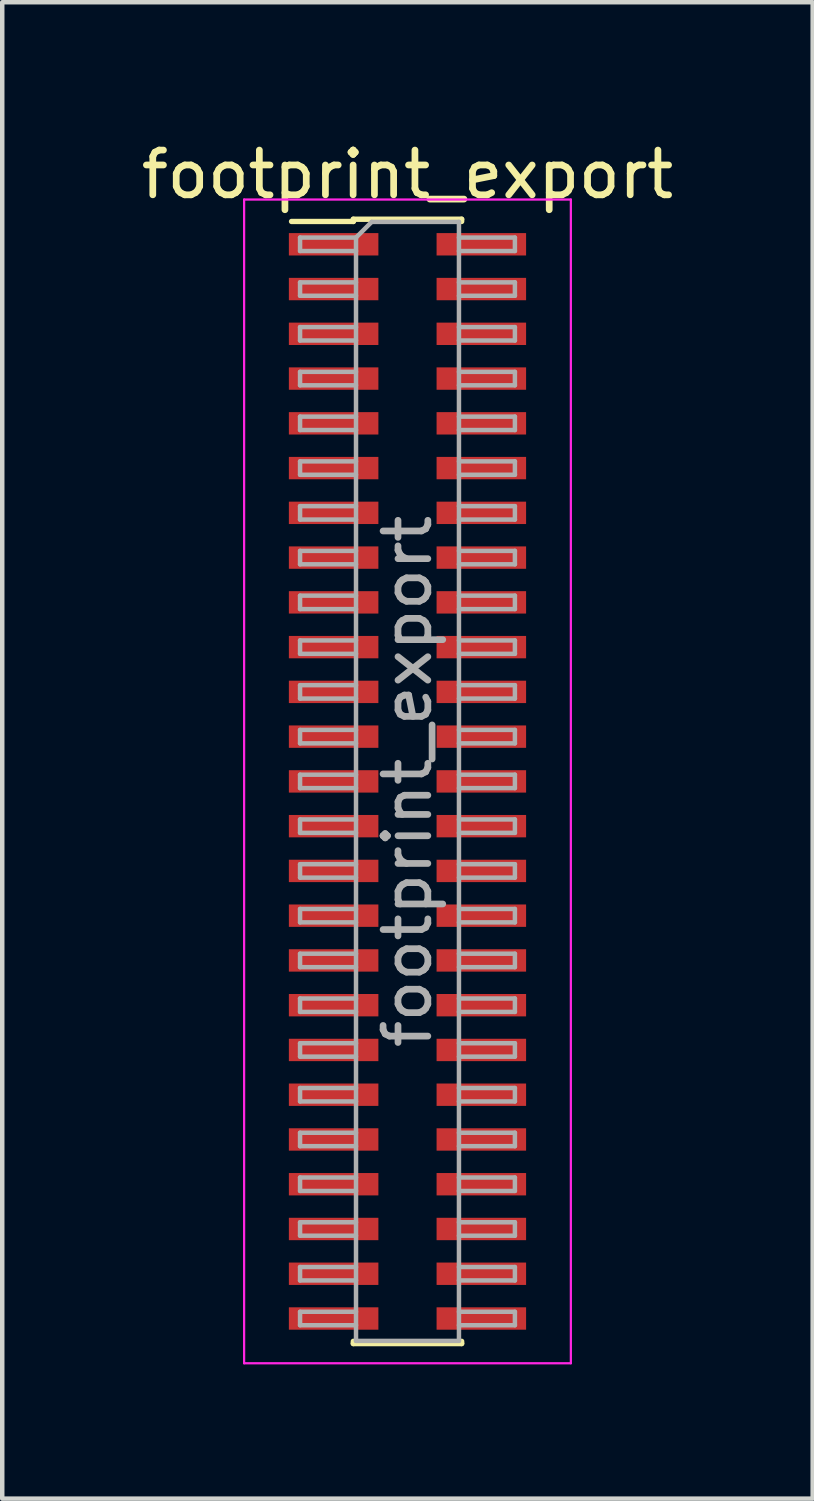
<source format=kicad_pcb>
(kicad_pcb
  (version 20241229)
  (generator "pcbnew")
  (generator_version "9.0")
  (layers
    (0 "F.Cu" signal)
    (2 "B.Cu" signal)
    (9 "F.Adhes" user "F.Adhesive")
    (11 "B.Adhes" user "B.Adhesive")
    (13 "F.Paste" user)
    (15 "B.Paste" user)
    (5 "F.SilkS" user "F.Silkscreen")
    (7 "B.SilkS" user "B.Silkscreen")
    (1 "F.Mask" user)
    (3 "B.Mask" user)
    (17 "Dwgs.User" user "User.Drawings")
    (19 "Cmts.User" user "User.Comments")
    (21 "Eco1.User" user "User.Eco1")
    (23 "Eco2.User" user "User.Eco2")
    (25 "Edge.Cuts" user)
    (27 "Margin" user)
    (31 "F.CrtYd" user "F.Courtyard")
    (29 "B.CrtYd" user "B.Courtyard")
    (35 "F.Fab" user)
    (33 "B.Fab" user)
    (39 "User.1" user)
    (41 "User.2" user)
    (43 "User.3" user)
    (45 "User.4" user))
  (footprint "footprint_export"
    (layer "F.Cu")
    (at 6.054 14.408)
    (property "Reference" "footprint_export" (at 0 -13.56 0) (layer "F.SilkS") (effects (font (size 1 1) (thickness 0.15))))
    (attr smd)
    (fp_line (start -2.59 -12.51) (end -1.21 -12.51) (stroke (width 0.12) (type solid)) (layer "F.SilkS"))
    (fp_line (start -1.21 -12.56) (end -1.21 -12.51) (stroke (width 0.12) (type solid)) (layer "F.SilkS"))
    (fp_line (start -1.21 -12.56) (end 1.21 -12.56) (stroke (width 0.12) (type solid)) (layer "F.SilkS"))
    (fp_line (start -1.21 12.51) (end -1.21 12.56) (stroke (width 0.12) (type solid)) (layer "F.SilkS"))
    (fp_line (start -1.21 12.56) (end 1.21 12.56) (stroke (width 0.12) (type solid)) (layer "F.SilkS"))
    (fp_line (start 1.21 -12.56) (end 1.21 -12.51) (stroke (width 0.12) (type solid)) (layer "F.SilkS"))
    (fp_line (start 1.21 12.51) (end 1.21 12.56) (stroke (width 0.12) (type solid)) (layer "F.SilkS"))
    (fp_line (start -3.65 -13) (end -3.65 13) (stroke (width 0.05) (type solid)) (layer "F.CrtYd"))
    (fp_line (start -3.65 13) (end 3.65 13) (stroke (width 0.05) (type solid)) (layer "F.CrtYd"))
    (fp_line (start 3.65 -13) (end -3.65 -13) (stroke (width 0.05) (type solid)) (layer "F.CrtYd"))
    (fp_line (start 3.65 13) (end 3.65 -13) (stroke (width 0.05) (type solid)) (layer "F.CrtYd"))
    (fp_line (start -2.4 -12.15) (end -2.4 -11.85) (stroke (width 0.1) (type solid)) (layer "F.Fab"))
    (fp_line (start -2.4 -11.85) (end -1.15 -11.85) (stroke (width 0.1) (type solid)) (layer "F.Fab"))
    (fp_line (start -2.4 -11.15) (end -2.4 -10.85) (stroke (width 0.1) (type solid)) (layer "F.Fab"))
    (fp_line (start -2.4 -10.85) (end -1.15 -10.85) (stroke (width 0.1) (type solid)) (layer "F.Fab"))
    (fp_line (start -2.4 -10.15) (end -2.4 -9.85) (stroke (width 0.1) (type solid)) (layer "F.Fab"))
    (fp_line (start -2.4 -9.85) (end -1.15 -9.85) (stroke (width 0.1) (type solid)) (layer "F.Fab"))
    (fp_line (start -2.4 -9.15) (end -2.4 -8.85) (stroke (width 0.1) (type solid)) (layer "F.Fab"))
    (fp_line (start -2.4 -8.85) (end -1.15 -8.85) (stroke (width 0.1) (type solid)) (layer "F.Fab"))
    (fp_line (start -2.4 -8.15) (end -2.4 -7.85) (stroke (width 0.1) (type solid)) (layer "F.Fab"))
    (fp_line (start -2.4 -7.85) (end -1.15 -7.85) (stroke (width 0.1) (type solid)) (layer "F.Fab"))
    (fp_line (start -2.4 -7.15) (end -2.4 -6.85) (stroke (width 0.1) (type solid)) (layer "F.Fab"))
    (fp_line (start -2.4 -6.85) (end -1.15 -6.85) (stroke (width 0.1) (type solid)) (layer "F.Fab"))
    (fp_line (start -2.4 -6.15) (end -2.4 -5.85) (stroke (width 0.1) (type solid)) (layer "F.Fab"))
    (fp_line (start -2.4 -5.85) (end -1.15 -5.85) (stroke (width 0.1) (type solid)) (layer "F.Fab"))
    (fp_line (start -2.4 -5.15) (end -2.4 -4.85) (stroke (width 0.1) (type solid)) (layer "F.Fab"))
    (fp_line (start -2.4 -4.85) (end -1.15 -4.85) (stroke (width 0.1) (type solid)) (layer "F.Fab"))
    (fp_line (start -2.4 -4.15) (end -2.4 -3.85) (stroke (width 0.1) (type solid)) (layer "F.Fab"))
    (fp_line (start -2.4 -3.85) (end -1.15 -3.85) (stroke (width 0.1) (type solid)) (layer "F.Fab"))
    (fp_line (start -2.4 -3.15) (end -2.4 -2.85) (stroke (width 0.1) (type solid)) (layer "F.Fab"))
    (fp_line (start -2.4 -2.85) (end -1.15 -2.85) (stroke (width 0.1) (type solid)) (layer "F.Fab"))
    (fp_line (start -2.4 -2.15) (end -2.4 -1.85) (stroke (width 0.1) (type solid)) (layer "F.Fab"))
    (fp_line (start -2.4 -1.85) (end -1.15 -1.85) (stroke (width 0.1) (type solid)) (layer "F.Fab"))
    (fp_line (start -2.4 -1.15) (end -2.4 -0.85) (stroke (width 0.1) (type solid)) (layer "F.Fab"))
    (fp_line (start -2.4 -0.85) (end -1.15 -0.85) (stroke (width 0.1) (type solid)) (layer "F.Fab"))
    (fp_line (start -2.4 -0.15) (end -2.4 0.15) (stroke (width 0.1) (type solid)) (layer "F.Fab"))
    (fp_line (start -2.4 0.15) (end -1.15 0.15) (stroke (width 0.1) (type solid)) (layer "F.Fab"))
    (fp_line (start -2.4 0.85) (end -2.4 1.15) (stroke (width 0.1) (type solid)) (layer "F.Fab"))
    (fp_line (start -2.4 1.15) (end -1.15 1.15) (stroke (width 0.1) (type solid)) (layer "F.Fab"))
    (fp_line (start -2.4 1.85) (end -2.4 2.15) (stroke (width 0.1) (type solid)) (layer "F.Fab"))
    (fp_line (start -2.4 2.15) (end -1.15 2.15) (stroke (width 0.1) (type solid)) (layer "F.Fab"))
    (fp_line (start -2.4 2.85) (end -2.4 3.15) (stroke (width 0.1) (type solid)) (layer "F.Fab"))
    (fp_line (start -2.4 3.15) (end -1.15 3.15) (stroke (width 0.1) (type solid)) (layer "F.Fab"))
    (fp_line (start -2.4 3.85) (end -2.4 4.15) (stroke (width 0.1) (type solid)) (layer "F.Fab"))
    (fp_line (start -2.4 4.15) (end -1.15 4.15) (stroke (width 0.1) (type solid)) (layer "F.Fab"))
    (fp_line (start -2.4 4.85) (end -2.4 5.15) (stroke (width 0.1) (type solid)) (layer "F.Fab"))
    (fp_line (start -2.4 5.15) (end -1.15 5.15) (stroke (width 0.1) (type solid)) (layer "F.Fab"))
    (fp_line (start -2.4 5.85) (end -2.4 6.15) (stroke (width 0.1) (type solid)) (layer "F.Fab"))
    (fp_line (start -2.4 6.15) (end -1.15 6.15) (stroke (width 0.1) (type solid)) (layer "F.Fab"))
    (fp_line (start -2.4 6.85) (end -2.4 7.15) (stroke (width 0.1) (type solid)) (layer "F.Fab"))
    (fp_line (start -2.4 7.15) (end -1.15 7.15) (stroke (width 0.1) (type solid)) (layer "F.Fab"))
    (fp_line (start -2.4 7.85) (end -2.4 8.15) (stroke (width 0.1) (type solid)) (layer "F.Fab"))
    (fp_line (start -2.4 8.15) (end -1.15 8.15) (stroke (width 0.1) (type solid)) (layer "F.Fab"))
    (fp_line (start -2.4 8.85) (end -2.4 9.15) (stroke (width 0.1) (type solid)) (layer "F.Fab"))
    (fp_line (start -2.4 9.15) (end -1.15 9.15) (stroke (width 0.1) (type solid)) (layer "F.Fab"))
    (fp_line (start -2.4 9.85) (end -2.4 10.15) (stroke (width 0.1) (type solid)) (layer "F.Fab"))
    (fp_line (start -2.4 10.15) (end -1.15 10.15) (stroke (width 0.1) (type solid)) (layer "F.Fab"))
    (fp_line (start -2.4 10.85) (end -2.4 11.15) (stroke (width 0.1) (type solid)) (layer "F.Fab"))
    (fp_line (start -2.4 11.15) (end -1.15 11.15) (stroke (width 0.1) (type solid)) (layer "F.Fab"))
    (fp_line (start -2.4 11.85) (end -2.4 12.15) (stroke (width 0.1) (type solid)) (layer "F.Fab"))
    (fp_line (start -2.4 12.15) (end -1.15 12.15) (stroke (width 0.1) (type solid)) (layer "F.Fab"))
    (fp_line (start -1.15 -12.15) (end -2.4 -12.15) (stroke (width 0.1) (type solid)) (layer "F.Fab"))
    (fp_line (start -1.15 -12.15) (end -0.8 -12.5) (stroke (width 0.1) (type solid)) (layer "F.Fab"))
    (fp_line (start -1.15 -11.15) (end -2.4 -11.15) (stroke (width 0.1) (type solid)) (layer "F.Fab"))
    (fp_line (start -1.15 -10.15) (end -2.4 -10.15) (stroke (width 0.1) (type solid)) (layer "F.Fab"))
    (fp_line (start -1.15 -9.15) (end -2.4 -9.15) (stroke (width 0.1) (type solid)) (layer "F.Fab"))
    (fp_line (start -1.15 -8.15) (end -2.4 -8.15) (stroke (width 0.1) (type solid)) (layer "F.Fab"))
    (fp_line (start -1.15 -7.15) (end -2.4 -7.15) (stroke (width 0.1) (type solid)) (layer "F.Fab"))
    (fp_line (start -1.15 -6.15) (end -2.4 -6.15) (stroke (width 0.1) (type solid)) (layer "F.Fab"))
    (fp_line (start -1.15 -5.15) (end -2.4 -5.15) (stroke (width 0.1) (type solid)) (layer "F.Fab"))
    (fp_line (start -1.15 -4.15) (end -2.4 -4.15) (stroke (width 0.1) (type solid)) (layer "F.Fab"))
    (fp_line (start -1.15 -3.15) (end -2.4 -3.15) (stroke (width 0.1) (type solid)) (layer "F.Fab"))
    (fp_line (start -1.15 -2.15) (end -2.4 -2.15) (stroke (width 0.1) (type solid)) (layer "F.Fab"))
    (fp_line (start -1.15 -1.15) (end -2.4 -1.15) (stroke (width 0.1) (type solid)) (layer "F.Fab"))
    (fp_line (start -1.15 -0.15) (end -2.4 -0.15) (stroke (width 0.1) (type solid)) (layer "F.Fab"))
    (fp_line (start -1.15 0.85) (end -2.4 0.85) (stroke (width 0.1) (type solid)) (layer "F.Fab"))
    (fp_line (start -1.15 1.85) (end -2.4 1.85) (stroke (width 0.1) (type solid)) (layer "F.Fab"))
    (fp_line (start -1.15 2.85) (end -2.4 2.85) (stroke (width 0.1) (type solid)) (layer "F.Fab"))
    (fp_line (start -1.15 3.85) (end -2.4 3.85) (stroke (width 0.1) (type solid)) (layer "F.Fab"))
    (fp_line (start -1.15 4.85) (end -2.4 4.85) (stroke (width 0.1) (type solid)) (layer "F.Fab"))
    (fp_line (start -1.15 5.85) (end -2.4 5.85) (stroke (width 0.1) (type solid)) (layer "F.Fab"))
    (fp_line (start -1.15 6.85) (end -2.4 6.85) (stroke (width 0.1) (type solid)) (layer "F.Fab"))
    (fp_line (start -1.15 7.85) (end -2.4 7.85) (stroke (width 0.1) (type solid)) (layer "F.Fab"))
    (fp_line (start -1.15 8.85) (end -2.4 8.85) (stroke (width 0.1) (type solid)) (layer "F.Fab"))
    (fp_line (start -1.15 9.85) (end -2.4 9.85) (stroke (width 0.1) (type solid)) (layer "F.Fab"))
    (fp_line (start -1.15 10.85) (end -2.4 10.85) (stroke (width 0.1) (type solid)) (layer "F.Fab"))
    (fp_line (start -1.15 11.85) (end -2.4 11.85) (stroke (width 0.1) (type solid)) (layer "F.Fab"))
    (fp_line (start -1.15 12.5) (end -1.15 -12.15) (stroke (width 0.1) (type solid)) (layer "F.Fab"))
    (fp_line (start -0.8 -12.5) (end 1.15 -12.5) (stroke (width 0.1) (type solid)) (layer "F.Fab"))
    (fp_line (start 1.15 -12.5) (end 1.15 12.5) (stroke (width 0.1) (type solid)) (layer "F.Fab"))
    (fp_line (start 1.15 -12.15) (end 2.4 -12.15) (stroke (width 0.1) (type solid)) (layer "F.Fab"))
    (fp_line (start 1.15 -11.15) (end 2.4 -11.15) (stroke (width 0.1) (type solid)) (layer "F.Fab"))
    (fp_line (start 1.15 -10.15) (end 2.4 -10.15) (stroke (width 0.1) (type solid)) (layer "F.Fab"))
    (fp_line (start 1.15 -9.15) (end 2.4 -9.15) (stroke (width 0.1) (type solid)) (layer "F.Fab"))
    (fp_line (start 1.15 -8.15) (end 2.4 -8.15) (stroke (width 0.1) (type solid)) (layer "F.Fab"))
    (fp_line (start 1.15 -7.15) (end 2.4 -7.15) (stroke (width 0.1) (type solid)) (layer "F.Fab"))
    (fp_line (start 1.15 -6.15) (end 2.4 -6.15) (stroke (width 0.1) (type solid)) (layer "F.Fab"))
    (fp_line (start 1.15 -5.15) (end 2.4 -5.15) (stroke (width 0.1) (type solid)) (layer "F.Fab"))
    (fp_line (start 1.15 -4.15) (end 2.4 -4.15) (stroke (width 0.1) (type solid)) (layer "F.Fab"))
    (fp_line (start 1.15 -3.15) (end 2.4 -3.15) (stroke (width 0.1) (type solid)) (layer "F.Fab"))
    (fp_line (start 1.15 -2.15) (end 2.4 -2.15) (stroke (width 0.1) (type solid)) (layer "F.Fab"))
    (fp_line (start 1.15 -1.15) (end 2.4 -1.15) (stroke (width 0.1) (type solid)) (layer "F.Fab"))
    (fp_line (start 1.15 -0.15) (end 2.4 -0.15) (stroke (width 0.1) (type solid)) (layer "F.Fab"))
    (fp_line (start 1.15 0.85) (end 2.4 0.85) (stroke (width 0.1) (type solid)) (layer "F.Fab"))
    (fp_line (start 1.15 1.85) (end 2.4 1.85) (stroke (width 0.1) (type solid)) (layer "F.Fab"))
    (fp_line (start 1.15 2.85) (end 2.4 2.85) (stroke (width 0.1) (type solid)) (layer "F.Fab"))
    (fp_line (start 1.15 3.85) (end 2.4 3.85) (stroke (width 0.1) (type solid)) (layer "F.Fab"))
    (fp_line (start 1.15 4.85) (end 2.4 4.85) (stroke (width 0.1) (type solid)) (layer "F.Fab"))
    (fp_line (start 1.15 5.85) (end 2.4 5.85) (stroke (width 0.1) (type solid)) (layer "F.Fab"))
    (fp_line (start 1.15 6.85) (end 2.4 6.85) (stroke (width 0.1) (type solid)) (layer "F.Fab"))
    (fp_line (start 1.15 7.85) (end 2.4 7.85) (stroke (width 0.1) (type solid)) (layer "F.Fab"))
    (fp_line (start 1.15 8.85) (end 2.4 8.85) (stroke (width 0.1) (type solid)) (layer "F.Fab"))
    (fp_line (start 1.15 9.85) (end 2.4 9.85) (stroke (width 0.1) (type solid)) (layer "F.Fab"))
    (fp_line (start 1.15 10.85) (end 2.4 10.85) (stroke (width 0.1) (type solid)) (layer "F.Fab"))
    (fp_line (start 1.15 11.85) (end 2.4 11.85) (stroke (width 0.1) (type solid)) (layer "F.Fab"))
    (fp_line (start 1.15 12.5) (end -1.15 12.5) (stroke (width 0.1) (type solid)) (layer "F.Fab"))
    (fp_line (start 2.4 -12.15) (end 2.4 -11.85) (stroke (width 0.1) (type solid)) (layer "F.Fab"))
    (fp_line (start 2.4 -11.85) (end 1.15 -11.85) (stroke (width 0.1) (type solid)) (layer "F.Fab"))
    (fp_line (start 2.4 -11.15) (end 2.4 -10.85) (stroke (width 0.1) (type solid)) (layer "F.Fab"))
    (fp_line (start 2.4 -10.85) (end 1.15 -10.85) (stroke (width 0.1) (type solid)) (layer "F.Fab"))
    (fp_line (start 2.4 -10.15) (end 2.4 -9.85) (stroke (width 0.1) (type solid)) (layer "F.Fab"))
    (fp_line (start 2.4 -9.85) (end 1.15 -9.85) (stroke (width 0.1) (type solid)) (layer "F.Fab"))
    (fp_line (start 2.4 -9.15) (end 2.4 -8.85) (stroke (width 0.1) (type solid)) (layer "F.Fab"))
    (fp_line (start 2.4 -8.85) (end 1.15 -8.85) (stroke (width 0.1) (type solid)) (layer "F.Fab"))
    (fp_line (start 2.4 -8.15) (end 2.4 -7.85) (stroke (width 0.1) (type solid)) (layer "F.Fab"))
    (fp_line (start 2.4 -7.85) (end 1.15 -7.85) (stroke (width 0.1) (type solid)) (layer "F.Fab"))
    (fp_line (start 2.4 -7.15) (end 2.4 -6.85) (stroke (width 0.1) (type solid)) (layer "F.Fab"))
    (fp_line (start 2.4 -6.85) (end 1.15 -6.85) (stroke (width 0.1) (type solid)) (layer "F.Fab"))
    (fp_line (start 2.4 -6.15) (end 2.4 -5.85) (stroke (width 0.1) (type solid)) (layer "F.Fab"))
    (fp_line (start 2.4 -5.85) (end 1.15 -5.85) (stroke (width 0.1) (type solid)) (layer "F.Fab"))
    (fp_line (start 2.4 -5.15) (end 2.4 -4.85) (stroke (width 0.1) (type solid)) (layer "F.Fab"))
    (fp_line (start 2.4 -4.85) (end 1.15 -4.85) (stroke (width 0.1) (type solid)) (layer "F.Fab"))
    (fp_line (start 2.4 -4.15) (end 2.4 -3.85) (stroke (width 0.1) (type solid)) (layer "F.Fab"))
    (fp_line (start 2.4 -3.85) (end 1.15 -3.85) (stroke (width 0.1) (type solid)) (layer "F.Fab"))
    (fp_line (start 2.4 -3.15) (end 2.4 -2.85) (stroke (width 0.1) (type solid)) (layer "F.Fab"))
    (fp_line (start 2.4 -2.85) (end 1.15 -2.85) (stroke (width 0.1) (type solid)) (layer "F.Fab"))
    (fp_line (start 2.4 -2.15) (end 2.4 -1.85) (stroke (width 0.1) (type solid)) (layer "F.Fab"))
    (fp_line (start 2.4 -1.85) (end 1.15 -1.85) (stroke (width 0.1) (type solid)) (layer "F.Fab"))
    (fp_line (start 2.4 -1.15) (end 2.4 -0.85) (stroke (width 0.1) (type solid)) (layer "F.Fab"))
    (fp_line (start 2.4 -0.85) (end 1.15 -0.85) (stroke (width 0.1) (type solid)) (layer "F.Fab"))
    (fp_line (start 2.4 -0.15) (end 2.4 0.15) (stroke (width 0.1) (type solid)) (layer "F.Fab"))
    (fp_line (start 2.4 0.15) (end 1.15 0.15) (stroke (width 0.1) (type solid)) (layer "F.Fab"))
    (fp_line (start 2.4 0.85) (end 2.4 1.15) (stroke (width 0.1) (type solid)) (layer "F.Fab"))
    (fp_line (start 2.4 1.15) (end 1.15 1.15) (stroke (width 0.1) (type solid)) (layer "F.Fab"))
    (fp_line (start 2.4 1.85) (end 2.4 2.15) (stroke (width 0.1) (type solid)) (layer "F.Fab"))
    (fp_line (start 2.4 2.15) (end 1.15 2.15) (stroke (width 0.1) (type solid)) (layer "F.Fab"))
    (fp_line (start 2.4 2.85) (end 2.4 3.15) (stroke (width 0.1) (type solid)) (layer "F.Fab"))
    (fp_line (start 2.4 3.15) (end 1.15 3.15) (stroke (width 0.1) (type solid)) (layer "F.Fab"))
    (fp_line (start 2.4 3.85) (end 2.4 4.15) (stroke (width 0.1) (type solid)) (layer "F.Fab"))
    (fp_line (start 2.4 4.15) (end 1.15 4.15) (stroke (width 0.1) (type solid)) (layer "F.Fab"))
    (fp_line (start 2.4 4.85) (end 2.4 5.15) (stroke (width 0.1) (type solid)) (layer "F.Fab"))
    (fp_line (start 2.4 5.15) (end 1.15 5.15) (stroke (width 0.1) (type solid)) (layer "F.Fab"))
    (fp_line (start 2.4 5.85) (end 2.4 6.15) (stroke (width 0.1) (type solid)) (layer "F.Fab"))
    (fp_line (start 2.4 6.15) (end 1.15 6.15) (stroke (width 0.1) (type solid)) (layer "F.Fab"))
    (fp_line (start 2.4 6.85) (end 2.4 7.15) (stroke (width 0.1) (type solid)) (layer "F.Fab"))
    (fp_line (start 2.4 7.15) (end 1.15 7.15) (stroke (width 0.1) (type solid)) (layer "F.Fab"))
    (fp_line (start 2.4 7.85) (end 2.4 8.15) (stroke (width 0.1) (type solid)) (layer "F.Fab"))
    (fp_line (start 2.4 8.15) (end 1.15 8.15) (stroke (width 0.1) (type solid)) (layer "F.Fab"))
    (fp_line (start 2.4 8.85) (end 2.4 9.15) (stroke (width 0.1) (type solid)) (layer "F.Fab"))
    (fp_line (start 2.4 9.15) (end 1.15 9.15) (stroke (width 0.1) (type solid)) (layer "F.Fab"))
    (fp_line (start 2.4 9.85) (end 2.4 10.15) (stroke (width 0.1) (type solid)) (layer "F.Fab"))
    (fp_line (start 2.4 10.15) (end 1.15 10.15) (stroke (width 0.1) (type solid)) (layer "F.Fab"))
    (fp_line (start 2.4 10.85) (end 2.4 11.15) (stroke (width 0.1) (type solid)) (layer "F.Fab"))
    (fp_line (start 2.4 11.15) (end 1.15 11.15) (stroke (width 0.1) (type solid)) (layer "F.Fab"))
    (fp_line (start 2.4 11.85) (end 2.4 12.15) (stroke (width 0.1) (type solid)) (layer "F.Fab"))
    (fp_line (start 2.4 12.15) (end 1.15 12.15) (stroke (width 0.1) (type solid)) (layer "F.Fab"))
    (fp_text user "${REFERENCE}" (at 0 0 90) (layer "F.Fab") (effects (font (size 1 1) (thickness 0.15))))
    (pad "1" smd rect (at -1.65 -12) (size 2 0.5) (layers "F.Cu" "F.Mask" "F.Paste"))
    (pad "2" smd rect (at 1.65 -12) (size 2 0.5) (layers "F.Cu" "F.Mask" "F.Paste"))
    (pad "3" smd rect (at -1.65 -11) (size 2 0.5) (layers "F.Cu" "F.Mask" "F.Paste"))
    (pad "4" smd rect (at 1.65 -11) (size 2 0.5) (layers "F.Cu" "F.Mask" "F.Paste"))
    (pad "5" smd rect (at -1.65 -10) (size 2 0.5) (layers "F.Cu" "F.Mask" "F.Paste"))
    (pad "6" smd rect (at 1.65 -10) (size 2 0.5) (layers "F.Cu" "F.Mask" "F.Paste"))
    (pad "7" smd rect (at -1.65 -9) (size 2 0.5) (layers "F.Cu" "F.Mask" "F.Paste"))
    (pad "8" smd rect (at 1.65 -9) (size 2 0.5) (layers "F.Cu" "F.Mask" "F.Paste"))
    (pad "9" smd rect (at -1.65 -8) (size 2 0.5) (layers "F.Cu" "F.Mask" "F.Paste"))
    (pad "10" smd rect (at 1.65 -8) (size 2 0.5) (layers "F.Cu" "F.Mask" "F.Paste"))
    (pad "11" smd rect (at -1.65 -7) (size 2 0.5) (layers "F.Cu" "F.Mask" "F.Paste"))
    (pad "12" smd rect (at 1.65 -7) (size 2 0.5) (layers "F.Cu" "F.Mask" "F.Paste"))
    (pad "13" smd rect (at -1.65 -6) (size 2 0.5) (layers "F.Cu" "F.Mask" "F.Paste"))
    (pad "14" smd rect (at 1.65 -6) (size 2 0.5) (layers "F.Cu" "F.Mask" "F.Paste"))
    (pad "15" smd rect (at -1.65 -5) (size 2 0.5) (layers "F.Cu" "F.Mask" "F.Paste"))
    (pad "16" smd rect (at 1.65 -5) (size 2 0.5) (layers "F.Cu" "F.Mask" "F.Paste"))
    (pad "17" smd rect (at -1.65 -4) (size 2 0.5) (layers "F.Cu" "F.Mask" "F.Paste"))
    (pad "18" smd rect (at 1.65 -4) (size 2 0.5) (layers "F.Cu" "F.Mask" "F.Paste"))
    (pad "19" smd rect (at -1.65 -3) (size 2 0.5) (layers "F.Cu" "F.Mask" "F.Paste"))
    (pad "20" smd rect (at 1.65 -3) (size 2 0.5) (layers "F.Cu" "F.Mask" "F.Paste"))
    (pad "21" smd rect (at -1.65 -2) (size 2 0.5) (layers "F.Cu" "F.Mask" "F.Paste"))
    (pad "22" smd rect (at 1.65 -2) (size 2 0.5) (layers "F.Cu" "F.Mask" "F.Paste"))
    (pad "23" smd rect (at -1.65 -1) (size 2 0.5) (layers "F.Cu" "F.Mask" "F.Paste"))
    (pad "24" smd rect (at 1.65 -1) (size 2 0.5) (layers "F.Cu" "F.Mask" "F.Paste"))
    (pad "25" smd rect (at -1.65 0) (size 2 0.5) (layers "F.Cu" "F.Mask" "F.Paste"))
    (pad "26" smd rect (at 1.65 0) (size 2 0.5) (layers "F.Cu" "F.Mask" "F.Paste"))
    (pad "27" smd rect (at -1.65 1) (size 2 0.5) (layers "F.Cu" "F.Mask" "F.Paste"))
    (pad "28" smd rect (at 1.65 1) (size 2 0.5) (layers "F.Cu" "F.Mask" "F.Paste"))
    (pad "29" smd rect (at -1.65 2) (size 2 0.5) (layers "F.Cu" "F.Mask" "F.Paste"))
    (pad "30" smd rect (at 1.65 2) (size 2 0.5) (layers "F.Cu" "F.Mask" "F.Paste"))
    (pad "31" smd rect (at -1.65 3) (size 2 0.5) (layers "F.Cu" "F.Mask" "F.Paste"))
    (pad "32" smd rect (at 1.65 3) (size 2 0.5) (layers "F.Cu" "F.Mask" "F.Paste"))
    (pad "33" smd rect (at -1.65 4) (size 2 0.5) (layers "F.Cu" "F.Mask" "F.Paste"))
    (pad "34" smd rect (at 1.65 4) (size 2 0.5) (layers "F.Cu" "F.Mask" "F.Paste"))
    (pad "35" smd rect (at -1.65 5) (size 2 0.5) (layers "F.Cu" "F.Mask" "F.Paste"))
    (pad "36" smd rect (at 1.65 5) (size 2 0.5) (layers "F.Cu" "F.Mask" "F.Paste"))
    (pad "37" smd rect (at -1.65 6) (size 2 0.5) (layers "F.Cu" "F.Mask" "F.Paste"))
    (pad "38" smd rect (at 1.65 6) (size 2 0.5) (layers "F.Cu" "F.Mask" "F.Paste"))
    (pad "39" smd rect (at -1.65 7) (size 2 0.5) (layers "F.Cu" "F.Mask" "F.Paste"))
    (pad "40" smd rect (at 1.65 7) (size 2 0.5) (layers "F.Cu" "F.Mask" "F.Paste"))
    (pad "41" smd rect (at -1.65 8) (size 2 0.5) (layers "F.Cu" "F.Mask" "F.Paste"))
    (pad "42" smd rect (at 1.65 8) (size 2 0.5) (layers "F.Cu" "F.Mask" "F.Paste"))
    (pad "43" smd rect (at -1.65 9) (size 2 0.5) (layers "F.Cu" "F.Mask" "F.Paste"))
    (pad "44" smd rect (at 1.65 9) (size 2 0.5) (layers "F.Cu" "F.Mask" "F.Paste"))
    (pad "45" smd rect (at -1.65 10) (size 2 0.5) (layers "F.Cu" "F.Mask" "F.Paste"))
    (pad "46" smd rect (at 1.65 10) (size 2 0.5) (layers "F.Cu" "F.Mask" "F.Paste"))
    (pad "47" smd rect (at -1.65 11) (size 2 0.5) (layers "F.Cu" "F.Mask" "F.Paste"))
    (pad "48" smd rect (at 1.65 11) (size 2 0.5) (layers "F.Cu" "F.Mask" "F.Paste"))
    (pad "49" smd rect (at -1.65 12) (size 2 0.5) (layers "F.Cu" "F.Mask" "F.Paste"))
    (pad "50" smd rect (at 1.65 12) (size 2 0.5) (layers "F.Cu" "F.Mask" "F.Paste")))
  (gr_rect
    (start -3 -3)
    (end 15.107 30.433)
    (stroke (width 0.1) (type default))
    (fill no)
    (layer "Edge.Cuts")))
</source>
